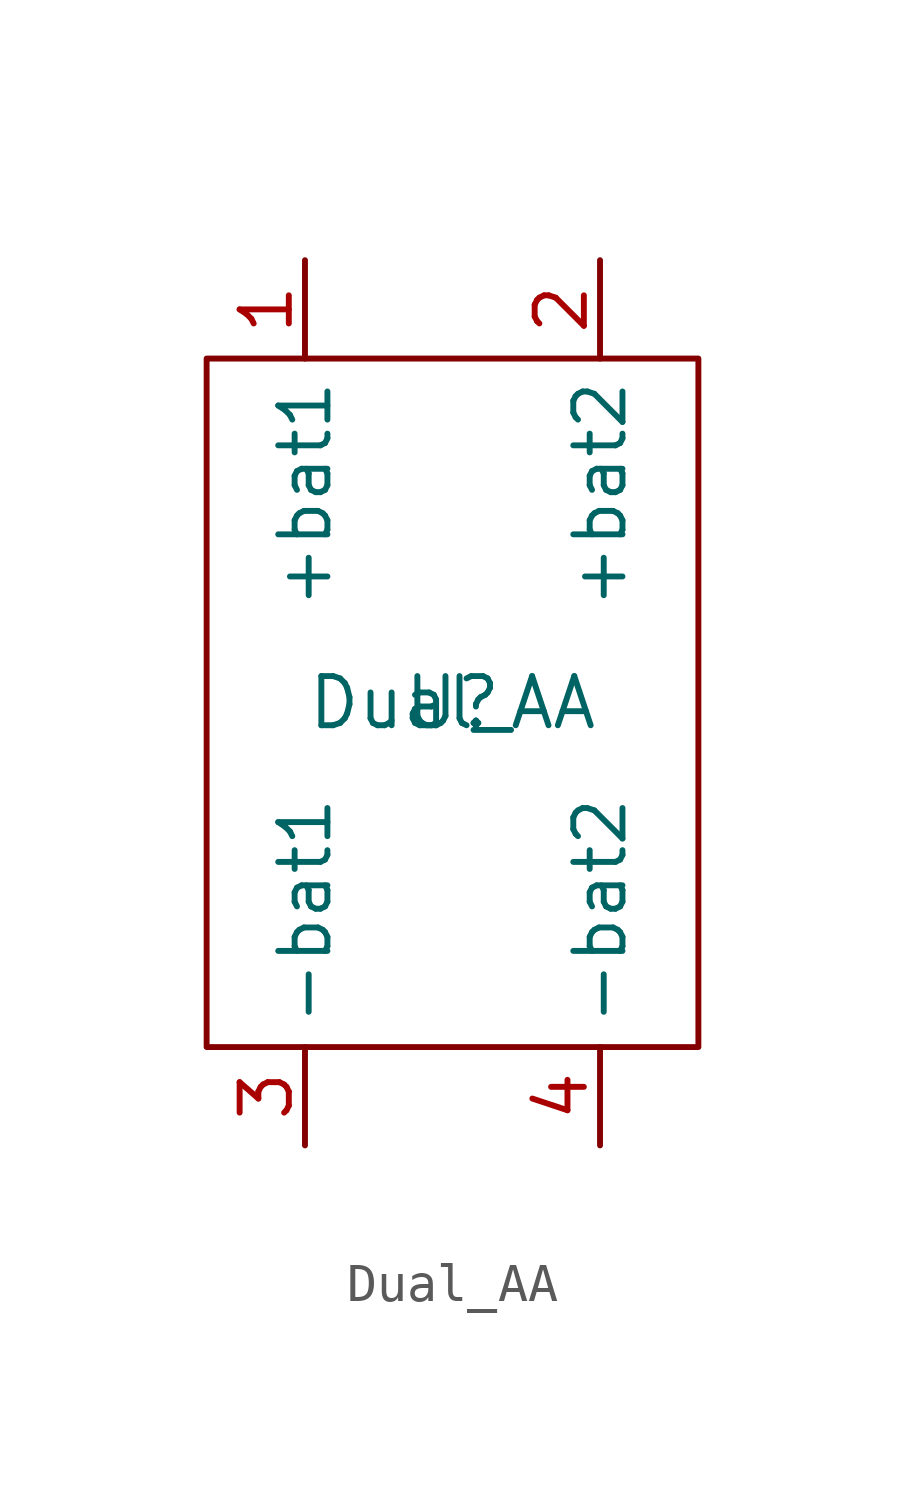
<source format=kicad_sym>
(kicad_symbol_lib
  (version 20210619)
  (generator kicad_symbol_editor)
  (symbol "New_Library:Dual_AA"
    (property "Reference" "U"
      (at 0 0 0)
      (effects (font (size 1.27 1.27))))
    (property "Value" "Dual_AA"
      (at 0 0 0)
      (effects (font (size 1.27 1.27))))
    (symbol "Dual_AA_0_1"
      (rectangle (start -6.35 8.89) (end 6.35 -8.89) (stroke (width 0.152)) (fill (type none))))
    (symbol "Dual_AA_1_1"
      (pin output line (at -3.81 11.43 270) (length 2.54) (name "+bat1" (effects (font (size 1.27 1.27)))) (number "1" (effects (font (size 1.27 1.27)))))
      (pin output line (at 3.81 11.43 270) (length 2.54) (name "+bat2" (effects (font (size 1.27 1.27)))) (number "2" (effects (font (size 1.27 1.27)))))
      (pin output line (at -3.81 -11.43 90) (length 2.54) (name "-bat1" (effects (font (size 1.27 1.27)))) (number "3" (effects (font (size 1.27 1.27)))))
      (pin output line (at 3.81 -11.43 90) (length 2.54) (name "-bat2" (effects (font (size 1.27 1.27)))) (number "4" (effects (font (size 1.27 1.27))))))))
</source>
